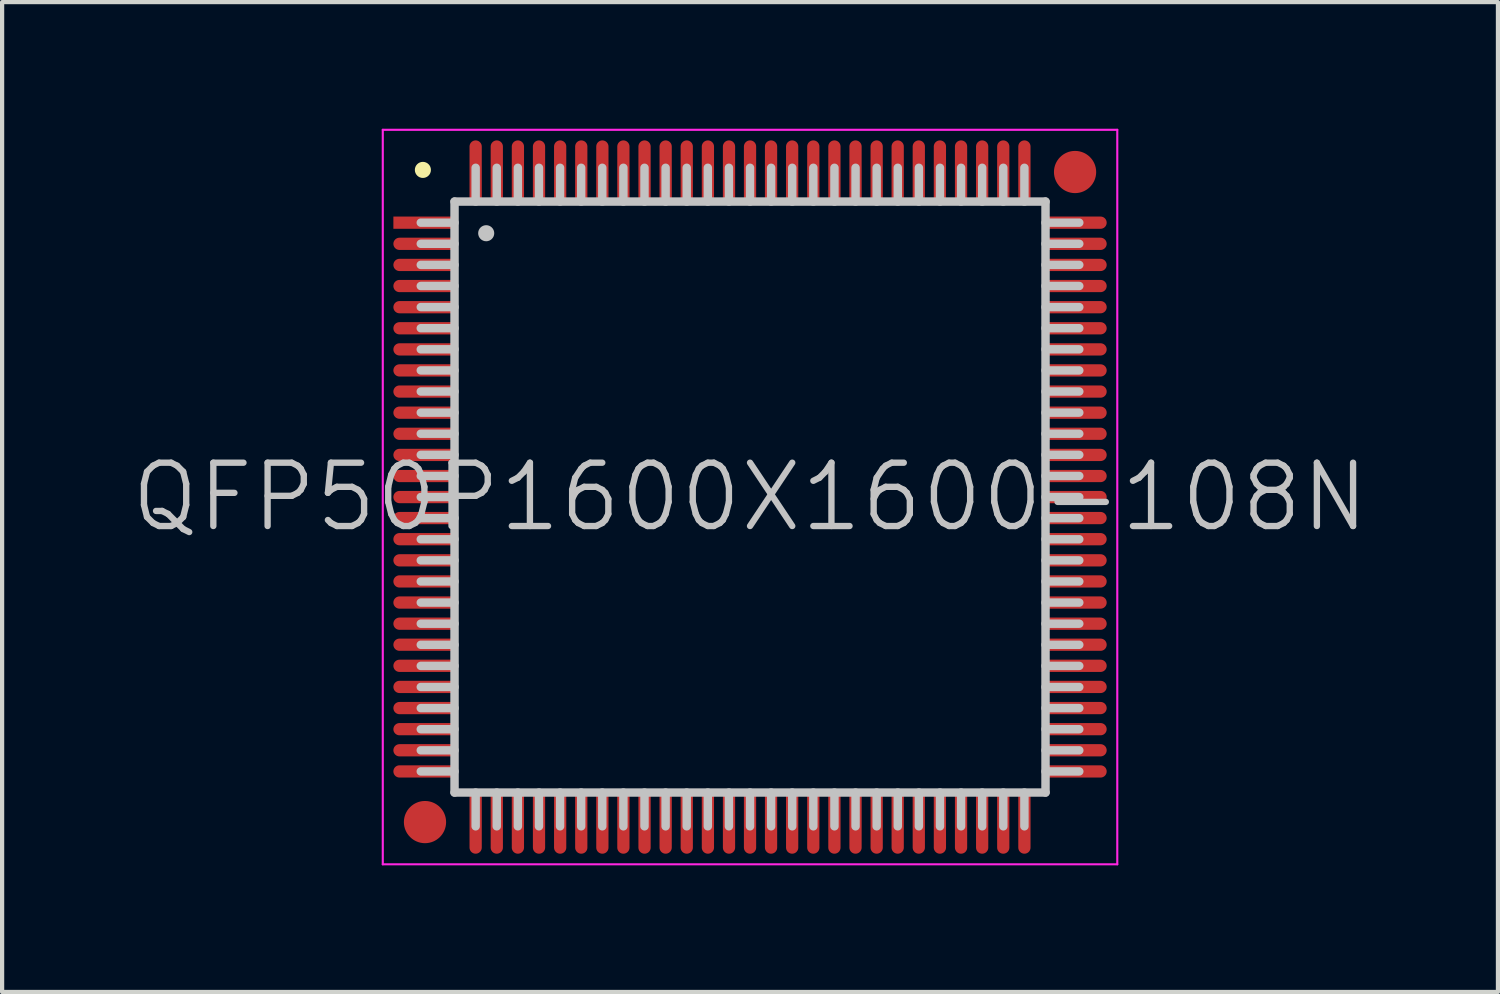
<source format=kicad_pcb>
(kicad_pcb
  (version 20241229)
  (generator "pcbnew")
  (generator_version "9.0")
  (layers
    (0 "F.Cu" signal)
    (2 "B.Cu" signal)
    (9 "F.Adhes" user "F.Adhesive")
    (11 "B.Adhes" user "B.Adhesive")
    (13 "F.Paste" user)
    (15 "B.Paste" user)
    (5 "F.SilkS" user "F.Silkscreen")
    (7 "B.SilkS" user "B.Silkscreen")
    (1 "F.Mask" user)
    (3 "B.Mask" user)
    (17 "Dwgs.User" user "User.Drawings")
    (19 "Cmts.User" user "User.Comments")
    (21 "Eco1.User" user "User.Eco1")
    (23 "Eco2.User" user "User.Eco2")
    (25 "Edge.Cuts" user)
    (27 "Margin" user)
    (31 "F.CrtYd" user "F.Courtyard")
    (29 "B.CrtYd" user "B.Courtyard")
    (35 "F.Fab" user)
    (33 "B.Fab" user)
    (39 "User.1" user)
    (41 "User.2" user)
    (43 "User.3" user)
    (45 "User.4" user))
  (footprint "QFP50P1600X1600-108N"
    (layer "F.Cu")
    (at 14.718 8.725)
    (property "Reference" "QFP50P1600X1600-108N" (at 0 0 0) (layer "Dwgs.User") (effects (font (size 1.5 1.5) (thickness 0.15))))
    (attr smd)
    (fp_line (start -7.75 -7.75) (end -7.75 -7.75) (stroke (width 0.381) (type solid)) (layer "F.SilkS"))
    (fp_line (start -7 -7) (end -7 7) (stroke (width 0.2) (type solid)) (layer "Dwgs.User"))
    (fp_line (start -7 -7) (end 7 -7) (stroke (width 0.2) (type solid)) (layer "Dwgs.User"))
    (fp_line (start -7 -6.5) (end -7.8 -6.5) (stroke (width 0.2) (type solid)) (layer "Dwgs.User"))
    (fp_line (start -7 -6) (end -7.8 -6) (stroke (width 0.2) (type solid)) (layer "Dwgs.User"))
    (fp_line (start -7 -5.5) (end -7.8 -5.5) (stroke (width 0.2) (type solid)) (layer "Dwgs.User"))
    (fp_line (start -7 -5) (end -7.8 -5) (stroke (width 0.2) (type solid)) (layer "Dwgs.User"))
    (fp_line (start -7 -4.5) (end -7.8 -4.5) (stroke (width 0.2) (type solid)) (layer "Dwgs.User"))
    (fp_line (start -7 -4) (end -7.8 -4) (stroke (width 0.2) (type solid)) (layer "Dwgs.User"))
    (fp_line (start -7 -3.5) (end -7.8 -3.5) (stroke (width 0.2) (type solid)) (layer "Dwgs.User"))
    (fp_line (start -7 -3) (end -7.8 -3) (stroke (width 0.2) (type solid)) (layer "Dwgs.User"))
    (fp_line (start -7 -2.5) (end -7.8 -2.5) (stroke (width 0.2) (type solid)) (layer "Dwgs.User"))
    (fp_line (start -7 -2) (end -7.8 -2) (stroke (width 0.2) (type solid)) (layer "Dwgs.User"))
    (fp_line (start -7 -1.5) (end -7.8 -1.5) (stroke (width 0.2) (type solid)) (layer "Dwgs.User"))
    (fp_line (start -7 -1) (end -7.8 -1) (stroke (width 0.2) (type solid)) (layer "Dwgs.User"))
    (fp_line (start -7 -0.5) (end -7.8 -0.5) (stroke (width 0.2) (type solid)) (layer "Dwgs.User"))
    (fp_line (start -7 0) (end -7.8 0) (stroke (width 0.2) (type solid)) (layer "Dwgs.User"))
    (fp_line (start -7 0.5) (end -7.8 0.5) (stroke (width 0.2) (type solid)) (layer "Dwgs.User"))
    (fp_line (start -7 1) (end -7.8 1) (stroke (width 0.2) (type solid)) (layer "Dwgs.User"))
    (fp_line (start -7 1.5) (end -7.8 1.5) (stroke (width 0.2) (type solid)) (layer "Dwgs.User"))
    (fp_line (start -7 2) (end -7.8 2) (stroke (width 0.2) (type solid)) (layer "Dwgs.User"))
    (fp_line (start -7 2.5) (end -7.8 2.5) (stroke (width 0.2) (type solid)) (layer "Dwgs.User"))
    (fp_line (start -7 3) (end -7.8 3) (stroke (width 0.2) (type solid)) (layer "Dwgs.User"))
    (fp_line (start -7 3.5) (end -7.8 3.5) (stroke (width 0.2) (type solid)) (layer "Dwgs.User"))
    (fp_line (start -7 4) (end -7.8 4) (stroke (width 0.2) (type solid)) (layer "Dwgs.User"))
    (fp_line (start -7 4.5) (end -7.8 4.5) (stroke (width 0.2) (type solid)) (layer "Dwgs.User"))
    (fp_line (start -7 5) (end -7.8 5) (stroke (width 0.2) (type solid)) (layer "Dwgs.User"))
    (fp_line (start -7 5.5) (end -7.8 5.5) (stroke (width 0.2) (type solid)) (layer "Dwgs.User"))
    (fp_line (start -7 6) (end -7.8 6) (stroke (width 0.2) (type solid)) (layer "Dwgs.User"))
    (fp_line (start -7 6.5) (end -7.8 6.5) (stroke (width 0.2) (type solid)) (layer "Dwgs.User"))
    (fp_line (start -7 7) (end 7 7) (stroke (width 0.2) (type solid)) (layer "Dwgs.User"))
    (fp_line (start -6.5 -7) (end -6.5 -7.8) (stroke (width 0.2) (type solid)) (layer "Dwgs.User"))
    (fp_line (start -6.5 7.8) (end -6.5 7) (stroke (width 0.2) (type solid)) (layer "Dwgs.User"))
    (fp_line (start -6.25 -6.25) (end -6.25 -6.25) (stroke (width 0.381) (type solid)) (layer "Dwgs.User"))
    (fp_line (start -6 -7) (end -6 -7.8) (stroke (width 0.2) (type solid)) (layer "Dwgs.User"))
    (fp_line (start -6 7.8) (end -6 7) (stroke (width 0.2) (type solid)) (layer "Dwgs.User"))
    (fp_line (start -5.5 -7) (end -5.5 -7.8) (stroke (width 0.2) (type solid)) (layer "Dwgs.User"))
    (fp_line (start -5.5 7.8) (end -5.5 7) (stroke (width 0.2) (type solid)) (layer "Dwgs.User"))
    (fp_line (start -5 -7) (end -5 -7.8) (stroke (width 0.2) (type solid)) (layer "Dwgs.User"))
    (fp_line (start -5 7.8) (end -5 7) (stroke (width 0.2) (type solid)) (layer "Dwgs.User"))
    (fp_line (start -4.5 -7) (end -4.5 -7.8) (stroke (width 0.2) (type solid)) (layer "Dwgs.User"))
    (fp_line (start -4.5 7.8) (end -4.5 7) (stroke (width 0.2) (type solid)) (layer "Dwgs.User"))
    (fp_line (start -4 -7) (end -4 -7.8) (stroke (width 0.2) (type solid)) (layer "Dwgs.User"))
    (fp_line (start -4 7.8) (end -4 7) (stroke (width 0.2) (type solid)) (layer "Dwgs.User"))
    (fp_line (start -3.5 -7) (end -3.5 -7.8) (stroke (width 0.2) (type solid)) (layer "Dwgs.User"))
    (fp_line (start -3.5 7.8) (end -3.5 7) (stroke (width 0.2) (type solid)) (layer "Dwgs.User"))
    (fp_line (start -3 -7) (end -3 -7.8) (stroke (width 0.2) (type solid)) (layer "Dwgs.User"))
    (fp_line (start -3 7.8) (end -3 7) (stroke (width 0.2) (type solid)) (layer "Dwgs.User"))
    (fp_line (start -2.5 -7) (end -2.5 -7.8) (stroke (width 0.2) (type solid)) (layer "Dwgs.User"))
    (fp_line (start -2.5 7.8) (end -2.5 7) (stroke (width 0.2) (type solid)) (layer "Dwgs.User"))
    (fp_line (start -2 -7) (end -2 -7.8) (stroke (width 0.2) (type solid)) (layer "Dwgs.User"))
    (fp_line (start -2 7.8) (end -2 7) (stroke (width 0.2) (type solid)) (layer "Dwgs.User"))
    (fp_line (start -1.5 -7) (end -1.5 -7.8) (stroke (width 0.2) (type solid)) (layer "Dwgs.User"))
    (fp_line (start -1.5 7.8) (end -1.5 7) (stroke (width 0.2) (type solid)) (layer "Dwgs.User"))
    (fp_line (start -1 -7) (end -1 -7.8) (stroke (width 0.2) (type solid)) (layer "Dwgs.User"))
    (fp_line (start -1 7.8) (end -1 7) (stroke (width 0.2) (type solid)) (layer "Dwgs.User"))
    (fp_line (start -0.5 -7) (end -0.5 -7.8) (stroke (width 0.2) (type solid)) (layer "Dwgs.User"))
    (fp_line (start -0.5 7.8) (end -0.5 7) (stroke (width 0.2) (type solid)) (layer "Dwgs.User"))
    (fp_line (start 0 -7) (end 0 -7.8) (stroke (width 0.2) (type solid)) (layer "Dwgs.User"))
    (fp_line (start 0 7.8) (end 0 7) (stroke (width 0.2) (type solid)) (layer "Dwgs.User"))
    (fp_line (start 0.5 -7) (end 0.5 -7.8) (stroke (width 0.2) (type solid)) (layer "Dwgs.User"))
    (fp_line (start 0.5 7.8) (end 0.5 7) (stroke (width 0.2) (type solid)) (layer "Dwgs.User"))
    (fp_line (start 1 -7) (end 1 -7.8) (stroke (width 0.2) (type solid)) (layer "Dwgs.User"))
    (fp_line (start 1 7.8) (end 1 7) (stroke (width 0.2) (type solid)) (layer "Dwgs.User"))
    (fp_line (start 1.5 -7) (end 1.5 -7.8) (stroke (width 0.2) (type solid)) (layer "Dwgs.User"))
    (fp_line (start 1.5 7.8) (end 1.5 7) (stroke (width 0.2) (type solid)) (layer "Dwgs.User"))
    (fp_line (start 2 -7) (end 2 -7.8) (stroke (width 0.2) (type solid)) (layer "Dwgs.User"))
    (fp_line (start 2 7.8) (end 2 7) (stroke (width 0.2) (type solid)) (layer "Dwgs.User"))
    (fp_line (start 2.5 -7) (end 2.5 -7.8) (stroke (width 0.2) (type solid)) (layer "Dwgs.User"))
    (fp_line (start 2.5 7.8) (end 2.5 7) (stroke (width 0.2) (type solid)) (layer "Dwgs.User"))
    (fp_line (start 3 -7) (end 3 -7.8) (stroke (width 0.2) (type solid)) (layer "Dwgs.User"))
    (fp_line (start 3 7.8) (end 3 7) (stroke (width 0.2) (type solid)) (layer "Dwgs.User"))
    (fp_line (start 3.5 -7) (end 3.5 -7.8) (stroke (width 0.2) (type solid)) (layer "Dwgs.User"))
    (fp_line (start 3.5 7.8) (end 3.5 7) (stroke (width 0.2) (type solid)) (layer "Dwgs.User"))
    (fp_line (start 4 -7) (end 4 -7.8) (stroke (width 0.2) (type solid)) (layer "Dwgs.User"))
    (fp_line (start 4 7.8) (end 4 7) (stroke (width 0.2) (type solid)) (layer "Dwgs.User"))
    (fp_line (start 4.5 -7) (end 4.5 -7.8) (stroke (width 0.2) (type solid)) (layer "Dwgs.User"))
    (fp_line (start 4.5 7.8) (end 4.5 7) (stroke (width 0.2) (type solid)) (layer "Dwgs.User"))
    (fp_line (start 5 -7) (end 5 -7.8) (stroke (width 0.2) (type solid)) (layer "Dwgs.User"))
    (fp_line (start 5 7.8) (end 5 7) (stroke (width 0.2) (type solid)) (layer "Dwgs.User"))
    (fp_line (start 5.5 -7) (end 5.5 -7.8) (stroke (width 0.2) (type solid)) (layer "Dwgs.User"))
    (fp_line (start 5.5 7.8) (end 5.5 7) (stroke (width 0.2) (type solid)) (layer "Dwgs.User"))
    (fp_line (start 6 -7) (end 6 -7.8) (stroke (width 0.2) (type solid)) (layer "Dwgs.User"))
    (fp_line (start 6 7.8) (end 6 7) (stroke (width 0.2) (type solid)) (layer "Dwgs.User"))
    (fp_line (start 6.5 -7) (end 6.5 -7.8) (stroke (width 0.2) (type solid)) (layer "Dwgs.User"))
    (fp_line (start 6.5 7.8) (end 6.5 7) (stroke (width 0.2) (type solid)) (layer "Dwgs.User"))
    (fp_line (start 7 -7) (end 7 7) (stroke (width 0.2) (type solid)) (layer "Dwgs.User"))
    (fp_line (start 7.8 -6.5) (end 7 -6.5) (stroke (width 0.2) (type solid)) (layer "Dwgs.User"))
    (fp_line (start 7.8 -6) (end 7 -6) (stroke (width 0.2) (type solid)) (layer "Dwgs.User"))
    (fp_line (start 7.8 -5.5) (end 7 -5.5) (stroke (width 0.2) (type solid)) (layer "Dwgs.User"))
    (fp_line (start 7.8 -5) (end 7 -5) (stroke (width 0.2) (type solid)) (layer "Dwgs.User"))
    (fp_line (start 7.8 -4.5) (end 7 -4.5) (stroke (width 0.2) (type solid)) (layer "Dwgs.User"))
    (fp_line (start 7.8 -4) (end 7 -4) (stroke (width 0.2) (type solid)) (layer "Dwgs.User"))
    (fp_line (start 7.8 -3.5) (end 7 -3.5) (stroke (width 0.2) (type solid)) (layer "Dwgs.User"))
    (fp_line (start 7.8 -3) (end 7 -3) (stroke (width 0.2) (type solid)) (layer "Dwgs.User"))
    (fp_line (start 7.8 -2.5) (end 7 -2.5) (stroke (width 0.2) (type solid)) (layer "Dwgs.User"))
    (fp_line (start 7.8 -2) (end 7 -2) (stroke (width 0.2) (type solid)) (layer "Dwgs.User"))
    (fp_line (start 7.8 -1.5) (end 7 -1.5) (stroke (width 0.2) (type solid)) (layer "Dwgs.User"))
    (fp_line (start 7.8 -1) (end 7 -1) (stroke (width 0.2) (type solid)) (layer "Dwgs.User"))
    (fp_line (start 7.8 -0.5) (end 7 -0.5) (stroke (width 0.2) (type solid)) (layer "Dwgs.User"))
    (fp_line (start 7.8 0) (end 7 0) (stroke (width 0.2) (type solid)) (layer "Dwgs.User"))
    (fp_line (start 7.8 0.5) (end 7 0.5) (stroke (width 0.2) (type solid)) (layer "Dwgs.User"))
    (fp_line (start 7.8 1) (end 7 1) (stroke (width 0.2) (type solid)) (layer "Dwgs.User"))
    (fp_line (start 7.8 1.5) (end 7 1.5) (stroke (width 0.2) (type solid)) (layer "Dwgs.User"))
    (fp_line (start 7.8 2) (end 7 2) (stroke (width 0.2) (type solid)) (layer "Dwgs.User"))
    (fp_line (start 7.8 2.5) (end 7 2.5) (stroke (width 0.2) (type solid)) (layer "Dwgs.User"))
    (fp_line (start 7.8 3) (end 7 3) (stroke (width 0.2) (type solid)) (layer "Dwgs.User"))
    (fp_line (start 7.8 3.5) (end 7 3.5) (stroke (width 0.2) (type solid)) (layer "Dwgs.User"))
    (fp_line (start 7.8 4) (end 7 4) (stroke (width 0.2) (type solid)) (layer "Dwgs.User"))
    (fp_line (start 7.8 4.5) (end 7 4.5) (stroke (width 0.2) (type solid)) (layer "Dwgs.User"))
    (fp_line (start 7.8 5) (end 7 5) (stroke (width 0.2) (type solid)) (layer "Dwgs.User"))
    (fp_line (start 7.8 5.5) (end 7 5.5) (stroke (width 0.2) (type solid)) (layer "Dwgs.User"))
    (fp_line (start 7.8 6) (end 7 6) (stroke (width 0.2) (type solid)) (layer "Dwgs.User"))
    (fp_line (start 7.8 6.5) (end 7 6.5) (stroke (width 0.2) (type solid)) (layer "Dwgs.User"))
    (fp_line (start -8.7 -8.7) (end -8.7 8.7) (stroke (width 0.05) (type solid)) (layer "F.CrtYd"))
    (fp_line (start -8.7 -8.7) (end 8.7 -8.7) (stroke (width 0.05) (type solid)) (layer "F.CrtYd"))
    (fp_line (start -8.7 8.7) (end 8.7 8.7) (stroke (width 0.05) (type solid)) (layer "F.CrtYd"))
    (fp_line (start 8.7 -8.7) (end 8.7 8.7) (stroke (width 0.05) (type solid)) (layer "F.CrtYd"))
    (pad "" smd circle (at -7.7 7.7) (size 1 1) (layers "F.Cu" "F.Mask"))
    (pad "" smd circle (at 7.7 -7.7) (size 1 1) (layers "F.Cu" "F.Mask"))
    (pad "1" smd rect (at -7.699 -6.5 90) (size 0.29 1.5) (layers "F.Cu" "F.Mask" "F.Paste"))
    (pad "2" smd oval (at -7.699 -5.999 90) (size 0.29 1.5) (layers "F.Cu" "F.Mask" "F.Paste"))
    (pad "3" smd oval (at -7.699 -5.499 90) (size 0.29 1.5) (layers "F.Cu" "F.Mask" "F.Paste"))
    (pad "4" smd oval (at -7.699 -4.999 90) (size 0.29 1.5) (layers "F.Cu" "F.Mask" "F.Paste"))
    (pad "5" smd oval (at -7.699 -4.498 90) (size 0.29 1.5) (layers "F.Cu" "F.Mask" "F.Paste"))
    (pad "6" smd oval (at -7.699 -3.998 90) (size 0.29 1.5) (layers "F.Cu" "F.Mask" "F.Paste"))
    (pad "7" smd oval (at -7.699 -3.498 90) (size 0.29 1.5) (layers "F.Cu" "F.Mask" "F.Paste"))
    (pad "8" smd oval (at -7.699 -3 90) (size 0.29 1.5) (layers "F.Cu" "F.Mask" "F.Paste"))
    (pad "9" smd oval (at -7.699 -2.499 90) (size 0.29 1.5) (layers "F.Cu" "F.Mask" "F.Paste"))
    (pad "10" smd oval (at -7.699 -1.999 90) (size 0.29 1.5) (layers "F.Cu" "F.Mask" "F.Paste"))
    (pad "11" smd oval (at -7.699 -1.499 90) (size 0.29 1.5) (layers "F.Cu" "F.Mask" "F.Paste"))
    (pad "12" smd oval (at -7.699 -0.998 90) (size 0.29 1.5) (layers "F.Cu" "F.Mask" "F.Paste"))
    (pad "13" smd oval (at -7.699 -0.498 90) (size 0.29 1.5) (layers "F.Cu" "F.Mask" "F.Paste"))
    (pad "14" smd oval (at -7.699 0 90) (size 0.29 1.5) (layers "F.Cu" "F.Mask" "F.Paste"))
    (pad "15" smd oval (at -7.699 0.498 90) (size 0.29 1.5) (layers "F.Cu" "F.Mask" "F.Paste"))
    (pad "16" smd oval (at -7.699 0.998 90) (size 0.29 1.5) (layers "F.Cu" "F.Mask" "F.Paste"))
    (pad "17" smd oval (at -7.699 1.499 90) (size 0.29 1.5) (layers "F.Cu" "F.Mask" "F.Paste"))
    (pad "18" smd oval (at -7.699 1.999 90) (size 0.29 1.5) (layers "F.Cu" "F.Mask" "F.Paste"))
    (pad "19" smd oval (at -7.699 2.499 90) (size 0.29 1.5) (layers "F.Cu" "F.Mask" "F.Paste"))
    (pad "20" smd oval (at -7.699 3 90) (size 0.29 1.5) (layers "F.Cu" "F.Mask" "F.Paste"))
    (pad "21" smd oval (at -7.699 3.498 90) (size 0.29 1.5) (layers "F.Cu" "F.Mask" "F.Paste"))
    (pad "22" smd oval (at -7.699 3.998 90) (size 0.29 1.5) (layers "F.Cu" "F.Mask" "F.Paste"))
    (pad "23" smd oval (at -7.699 4.498 90) (size 0.29 1.5) (layers "F.Cu" "F.Mask" "F.Paste"))
    (pad "24" smd oval (at -7.699 4.999 90) (size 0.29 1.5) (layers "F.Cu" "F.Mask" "F.Paste"))
    (pad "25" smd oval (at -7.699 5.499 90) (size 0.29 1.5) (layers "F.Cu" "F.Mask" "F.Paste"))
    (pad "26" smd oval (at -7.699 5.999 90) (size 0.29 1.5) (layers "F.Cu" "F.Mask" "F.Paste"))
    (pad "27" smd oval (at -7.699 6.5 90) (size 0.29 1.5) (layers "F.Cu" "F.Mask" "F.Paste"))
    (pad "28" smd oval (at -6.5 7.699 180) (size 0.29 1.5) (layers "F.Cu" "F.Mask" "F.Paste"))
    (pad "29" smd oval (at -5.999 7.699 180) (size 0.29 1.5) (layers "F.Cu" "F.Mask" "F.Paste"))
    (pad "30" smd oval (at -5.499 7.699 180) (size 0.29 1.5) (layers "F.Cu" "F.Mask" "F.Paste"))
    (pad "31" smd oval (at -4.999 7.699 180) (size 0.29 1.5) (layers "F.Cu" "F.Mask" "F.Paste"))
    (pad "32" smd oval (at -4.498 7.699 180) (size 0.29 1.5) (layers "F.Cu" "F.Mask" "F.Paste"))
    (pad "33" smd oval (at -3.998 7.699 180) (size 0.29 1.5) (layers "F.Cu" "F.Mask" "F.Paste"))
    (pad "34" smd oval (at -3.498 7.699 180) (size 0.29 1.5) (layers "F.Cu" "F.Mask" "F.Paste"))
    (pad "35" smd oval (at -3 7.699 180) (size 0.29 1.5) (layers "F.Cu" "F.Mask" "F.Paste"))
    (pad "36" smd oval (at -2.499 7.699 180) (size 0.29 1.5) (layers "F.Cu" "F.Mask" "F.Paste"))
    (pad "37" smd oval (at -1.999 7.699 180) (size 0.29 1.5) (layers "F.Cu" "F.Mask" "F.Paste"))
    (pad "38" smd oval (at -1.499 7.699 180) (size 0.29 1.5) (layers "F.Cu" "F.Mask" "F.Paste"))
    (pad "39" smd oval (at -0.998 7.699 180) (size 0.29 1.5) (layers "F.Cu" "F.Mask" "F.Paste"))
    (pad "40" smd oval (at -0.498 7.699 180) (size 0.29 1.5) (layers "F.Cu" "F.Mask" "F.Paste"))
    (pad "41" smd oval (at 0 7.699 180) (size 0.29 1.5) (layers "F.Cu" "F.Mask" "F.Paste"))
    (pad "42" smd oval (at 0.498 7.699 180) (size 0.29 1.5) (layers "F.Cu" "F.Mask" "F.Paste"))
    (pad "43" smd oval (at 0.998 7.699 180) (size 0.29 1.5) (layers "F.Cu" "F.Mask" "F.Paste"))
    (pad "44" smd oval (at 1.499 7.699 180) (size 0.29 1.5) (layers "F.Cu" "F.Mask" "F.Paste"))
    (pad "45" smd oval (at 1.999 7.699 180) (size 0.29 1.5) (layers "F.Cu" "F.Mask" "F.Paste"))
    (pad "46" smd oval (at 2.499 7.699 180) (size 0.29 1.5) (layers "F.Cu" "F.Mask" "F.Paste"))
    (pad "47" smd oval (at 3 7.699 180) (size 0.29 1.5) (layers "F.Cu" "F.Mask" "F.Paste"))
    (pad "48" smd oval (at 3.498 7.699 180) (size 0.29 1.5) (layers "F.Cu" "F.Mask" "F.Paste"))
    (pad "49" smd oval (at 3.998 7.699 180) (size 0.29 1.5) (layers "F.Cu" "F.Mask" "F.Paste"))
    (pad "50" smd oval (at 4.498 7.699 180) (size 0.29 1.5) (layers "F.Cu" "F.Mask" "F.Paste"))
    (pad "51" smd oval (at 4.999 7.699 180) (size 0.29 1.5) (layers "F.Cu" "F.Mask" "F.Paste"))
    (pad "52" smd oval (at 5.499 7.699 180) (size 0.29 1.5) (layers "F.Cu" "F.Mask" "F.Paste"))
    (pad "53" smd oval (at 5.999 7.699 180) (size 0.29 1.5) (layers "F.Cu" "F.Mask" "F.Paste"))
    (pad "54" smd oval (at 6.5 7.699 180) (size 0.29 1.5) (layers "F.Cu" "F.Mask" "F.Paste"))
    (pad "55" smd oval (at 7.699 6.5 270) (size 0.29 1.5) (layers "F.Cu" "F.Mask" "F.Paste"))
    (pad "56" smd oval (at 7.699 5.999 270) (size 0.29 1.5) (layers "F.Cu" "F.Mask" "F.Paste"))
    (pad "57" smd oval (at 7.699 5.499 270) (size 0.29 1.5) (layers "F.Cu" "F.Mask" "F.Paste"))
    (pad "58" smd oval (at 7.699 4.999 270) (size 0.29 1.5) (layers "F.Cu" "F.Mask" "F.Paste"))
    (pad "59" smd oval (at 7.699 4.498 270) (size 0.29 1.5) (layers "F.Cu" "F.Mask" "F.Paste"))
    (pad "60" smd oval (at 7.699 3.998 270) (size 0.29 1.5) (layers "F.Cu" "F.Mask" "F.Paste"))
    (pad "61" smd oval (at 7.699 3.498 270) (size 0.29 1.5) (layers "F.Cu" "F.Mask" "F.Paste"))
    (pad "62" smd oval (at 7.699 3 270) (size 0.29 1.5) (layers "F.Cu" "F.Mask" "F.Paste"))
    (pad "63" smd oval (at 7.699 2.499 270) (size 0.29 1.5) (layers "F.Cu" "F.Mask" "F.Paste"))
    (pad "64" smd oval (at 7.699 1.999 270) (size 0.29 1.5) (layers "F.Cu" "F.Mask" "F.Paste"))
    (pad "65" smd oval (at 7.699 1.499 270) (size 0.29 1.5) (layers "F.Cu" "F.Mask" "F.Paste"))
    (pad "66" smd oval (at 7.699 0.998 270) (size 0.29 1.5) (layers "F.Cu" "F.Mask" "F.Paste"))
    (pad "67" smd oval (at 7.699 0.498 270) (size 0.29 1.5) (layers "F.Cu" "F.Mask" "F.Paste"))
    (pad "68" smd oval (at 7.699 0 270) (size 0.29 1.5) (layers "F.Cu" "F.Mask" "F.Paste"))
    (pad "69" smd oval (at 7.699 -0.498 270) (size 0.29 1.5) (layers "F.Cu" "F.Mask" "F.Paste"))
    (pad "70" smd oval (at 7.699 -0.998 270) (size 0.29 1.5) (layers "F.Cu" "F.Mask" "F.Paste"))
    (pad "71" smd oval (at 7.699 -1.499 270) (size 0.29 1.5) (layers "F.Cu" "F.Mask" "F.Paste"))
    (pad "72" smd oval (at 7.699 -1.999 270) (size 0.29 1.5) (layers "F.Cu" "F.Mask" "F.Paste"))
    (pad "73" smd oval (at 7.699 -2.499 270) (size 0.29 1.5) (layers "F.Cu" "F.Mask" "F.Paste"))
    (pad "74" smd oval (at 7.699 -3 270) (size 0.29 1.5) (layers "F.Cu" "F.Mask" "F.Paste"))
    (pad "75" smd oval (at 7.699 -3.498 270) (size 0.29 1.5) (layers "F.Cu" "F.Mask" "F.Paste"))
    (pad "76" smd oval (at 7.699 -3.998 270) (size 0.29 1.5) (layers "F.Cu" "F.Mask" "F.Paste"))
    (pad "77" smd oval (at 7.699 -4.498 270) (size 0.29 1.5) (layers "F.Cu" "F.Mask" "F.Paste"))
    (pad "78" smd oval (at 7.699 -4.999 270) (size 0.29 1.5) (layers "F.Cu" "F.Mask" "F.Paste"))
    (pad "79" smd oval (at 7.699 -5.499 270) (size 0.29 1.5) (layers "F.Cu" "F.Mask" "F.Paste"))
    (pad "80" smd oval (at 7.699 -5.999 270) (size 0.29 1.5) (layers "F.Cu" "F.Mask" "F.Paste"))
    (pad "81" smd oval (at 7.699 -6.5 270) (size 0.29 1.5) (layers "F.Cu" "F.Mask" "F.Paste"))
    (pad "82" smd oval (at 6.5 -7.699) (size 0.29 1.5) (layers "F.Cu" "F.Mask" "F.Paste"))
    (pad "83" smd oval (at 5.999 -7.699) (size 0.29 1.5) (layers "F.Cu" "F.Mask" "F.Paste"))
    (pad "84" smd oval (at 5.499 -7.699) (size 0.29 1.5) (layers "F.Cu" "F.Mask" "F.Paste"))
    (pad "85" smd oval (at 4.999 -7.699) (size 0.29 1.5) (layers "F.Cu" "F.Mask" "F.Paste"))
    (pad "86" smd oval (at 4.498 -7.699) (size 0.29 1.5) (layers "F.Cu" "F.Mask" "F.Paste"))
    (pad "87" smd oval (at 3.998 -7.699) (size 0.29 1.5) (layers "F.Cu" "F.Mask" "F.Paste"))
    (pad "88" smd oval (at 3.498 -7.699) (size 0.29 1.5) (layers "F.Cu" "F.Mask" "F.Paste"))
    (pad "89" smd oval (at 3 -7.699) (size 0.29 1.5) (layers "F.Cu" "F.Mask" "F.Paste"))
    (pad "90" smd oval (at 2.499 -7.699) (size 0.29 1.5) (layers "F.Cu" "F.Mask" "F.Paste"))
    (pad "91" smd oval (at 1.999 -7.699) (size 0.29 1.5) (layers "F.Cu" "F.Mask" "F.Paste"))
    (pad "92" smd oval (at 1.499 -7.699) (size 0.29 1.5) (layers "F.Cu" "F.Mask" "F.Paste"))
    (pad "93" smd oval (at 0.998 -7.699) (size 0.29 1.5) (layers "F.Cu" "F.Mask" "F.Paste"))
    (pad "94" smd oval (at 0.498 -7.699) (size 0.29 1.5) (layers "F.Cu" "F.Mask" "F.Paste"))
    (pad "95" smd oval (at 0 -7.699) (size 0.29 1.5) (layers "F.Cu" "F.Mask" "F.Paste"))
    (pad "96" smd oval (at -0.498 -7.699) (size 0.29 1.5) (layers "F.Cu" "F.Mask" "F.Paste"))
    (pad "97" smd oval (at -0.998 -7.699) (size 0.29 1.5) (layers "F.Cu" "F.Mask" "F.Paste"))
    (pad "98" smd oval (at -1.499 -7.699) (size 0.29 1.5) (layers "F.Cu" "F.Mask" "F.Paste"))
    (pad "99" smd oval (at -1.999 -7.699) (size 0.29 1.5) (layers "F.Cu" "F.Mask" "F.Paste"))
    (pad "100" smd oval (at -2.499 -7.699) (size 0.29 1.5) (layers "F.Cu" "F.Mask" "F.Paste"))
    (pad "101" smd oval (at -3 -7.699) (size 0.29 1.5) (layers "F.Cu" "F.Mask" "F.Paste"))
    (pad "102" smd oval (at -3.498 -7.699) (size 0.29 1.5) (layers "F.Cu" "F.Mask" "F.Paste"))
    (pad "103" smd oval (at -3.998 -7.699) (size 0.29 1.5) (layers "F.Cu" "F.Mask" "F.Paste"))
    (pad "104" smd oval (at -4.498 -7.699) (size 0.29 1.5) (layers "F.Cu" "F.Mask" "F.Paste"))
    (pad "105" smd oval (at -4.999 -7.699) (size 0.29 1.5) (layers "F.Cu" "F.Mask" "F.Paste"))
    (pad "106" smd oval (at -5.499 -7.699) (size 0.29 1.5) (layers "F.Cu" "F.Mask" "F.Paste"))
    (pad "107" smd oval (at -5.999 -7.699) (size 0.29 1.5) (layers "F.Cu" "F.Mask" "F.Paste"))
    (pad "108" smd oval (at -6.5 -7.699) (size 0.29 1.5) (layers "F.Cu" "F.Mask" "F.Paste")))
  (gr_rect
    (start -3 -3)
    (end 32.436 20.45)
    (stroke (width 0.1) (type default))
    (fill no)
    (layer "Edge.Cuts")))
</source>
